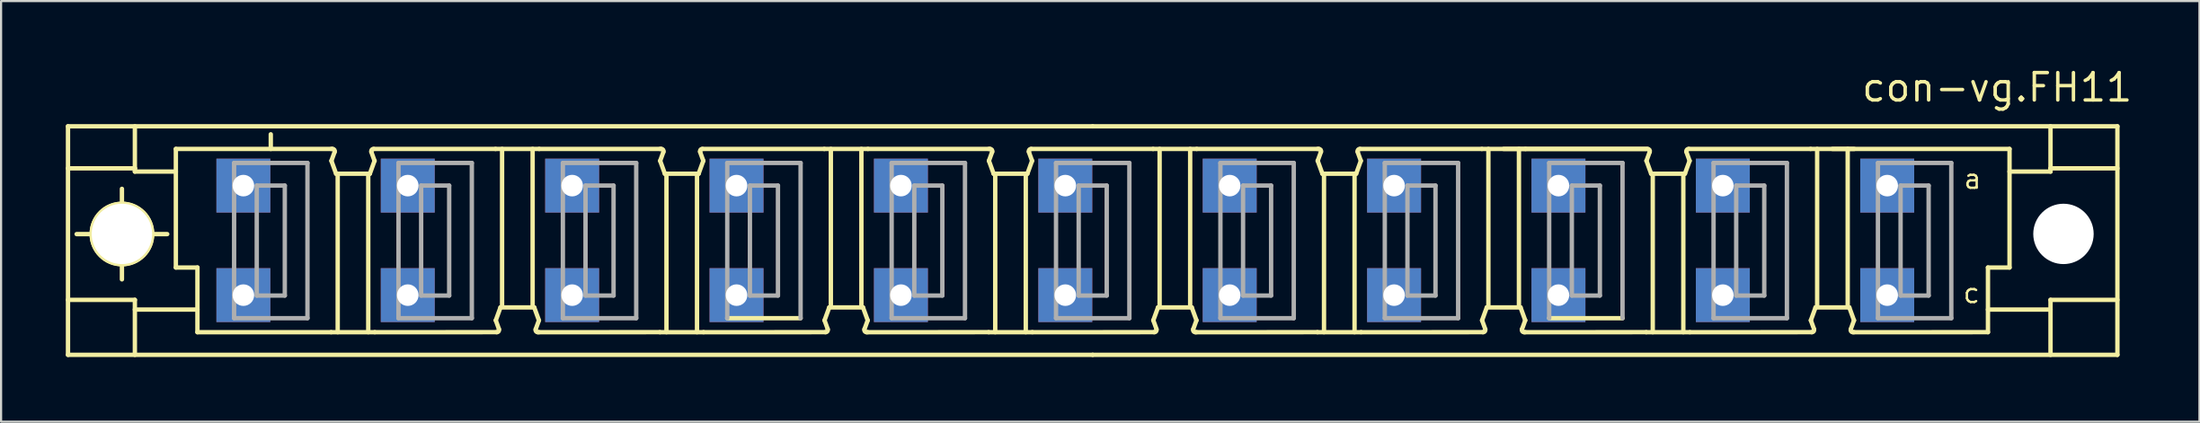
<source format=kicad_pcb>
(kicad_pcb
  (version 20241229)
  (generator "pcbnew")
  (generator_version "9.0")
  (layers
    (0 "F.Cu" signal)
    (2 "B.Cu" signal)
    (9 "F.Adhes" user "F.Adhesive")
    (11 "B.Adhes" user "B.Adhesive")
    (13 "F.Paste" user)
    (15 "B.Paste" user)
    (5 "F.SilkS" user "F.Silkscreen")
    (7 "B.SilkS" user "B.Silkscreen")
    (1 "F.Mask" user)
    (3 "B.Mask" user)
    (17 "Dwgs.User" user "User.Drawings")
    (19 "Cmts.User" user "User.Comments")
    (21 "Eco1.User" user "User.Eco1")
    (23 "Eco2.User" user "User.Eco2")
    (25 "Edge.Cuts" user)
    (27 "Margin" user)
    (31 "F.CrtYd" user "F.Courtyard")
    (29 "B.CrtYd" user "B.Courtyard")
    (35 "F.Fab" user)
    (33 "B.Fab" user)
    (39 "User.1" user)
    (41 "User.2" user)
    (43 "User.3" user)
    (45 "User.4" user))
  (footprint "con-vg.FH11"
    (layer "F.Cu")
    (at 46.332 8.1)
    (property "Reference" "con-vg.FH11" (at 36.83 -6.35 0) (layer "F.SilkS") (effects (font (size 1.27 1.27) (thickness 0.16)) (justify left bottom)))
    (attr through_hole)
    (fp_line (start -46.23 -5.291) (end -46.23 5.309) (stroke (width 0.203) (type default)) (layer "F.SilkS"))
    (fp_line (start -46.23 -3.341) (end -43.13 -3.341) (stroke (width 0.203) (type default)) (layer "F.SilkS"))
    (fp_line (start -46.23 2.759) (end -43.13 2.759) (stroke (width 0.203) (type default)) (layer "F.SilkS"))
    (fp_line (start -46.23 5.309) (end 1.27 5.309) (stroke (width 0.203) (type default)) (layer "F.SilkS"))
    (fp_line (start -43.73 1.809) (end -43.73 -2.391) (stroke (width 0.203) (type default)) (layer "F.SilkS"))
    (fp_line (start -43.13 -3.341) (end -43.13 -5.291) (stroke (width 0.203) (type default)) (layer "F.SilkS"))
    (fp_line (start -43.13 -3.341) (end -43.13 -3.191) (stroke (width 0.203) (type default)) (layer "F.SilkS"))
    (fp_line (start -43.13 2.759) (end -43.13 5.309) (stroke (width 0.203) (type default)) (layer "F.SilkS"))
    (fp_line (start -41.63 -0.291) (end -45.83 -0.291) (stroke (width 0.203) (type default)) (layer "F.SilkS"))
    (fp_line (start -41.23 -4.241) (end -34.021 -4.241) (stroke (width 0.203) (type default)) (layer "F.SilkS"))
    (fp_line (start -41.23 -3.191) (end -43.13 -3.191) (stroke (width 0.203) (type default)) (layer "F.SilkS"))
    (fp_line (start -41.23 1.259) (end -41.23 -4.241) (stroke (width 0.203) (type default)) (layer "F.SilkS"))
    (fp_line (start -41.23 1.259) (end -40.23 1.259) (stroke (width 0.203) (type default)) (layer "F.SilkS"))
    (fp_line (start -40.23 1.259) (end -40.23 4.259) (stroke (width 0.203) (type default)) (layer "F.SilkS"))
    (fp_line (start -40.23 3.209) (end -43.13 3.209) (stroke (width 0.203) (type default)) (layer "F.SilkS"))
    (fp_line (start -40.23 4.259) (end -34.031 4.259) (stroke (width 0.203) (type default)) (layer "F.SilkS"))
    (fp_line (start -36.83 -4.921) (end -36.83 -4.241) (stroke (width 0.203) (type default)) (layer "F.SilkS"))
    (fp_line (start -34.031 4.259) (end -32.009 4.259) (stroke (width 0.203) (type default)) (layer "F.SilkS"))
    (fp_line (start -34.02 -3.691) (end -33.869 -4.107) (stroke (width 0.203) (type default)) (layer "F.SilkS"))
    (fp_line (start -34.02 -3.691) (end -33.802 -3.091) (stroke (width 0.203) (type default)) (layer "F.SilkS"))
    (fp_line (start -33.963 -4.241) (end -34.021 -4.241) (stroke (width 0.203) (type default)) (layer "F.SilkS"))
    (fp_line (start -33.802 -3.091) (end -32.238 -3.091) (stroke (width 0.203) (type default)) (layer "F.SilkS"))
    (fp_line (start -33.728 -3.041) (end -33.728 4.259) (stroke (width 0.203) (type default)) (layer "F.SilkS"))
    (fp_line (start -32.312 4.259) (end -32.312 -3.041) (stroke (width 0.203) (type default)) (layer "F.SilkS"))
    (fp_line (start -32.238 -3.091) (end -32.02 -3.691) (stroke (width 0.203) (type default)) (layer "F.SilkS"))
    (fp_line (start -32.059 -4.241) (end -26.411 -4.241) (stroke (width 0.203) (type default)) (layer "F.SilkS"))
    (fp_line (start -32.02 -3.691) (end -32.171 -4.107) (stroke (width 0.203) (type default)) (layer "F.SilkS"))
    (fp_line (start -32.009 4.259) (end -26.361 4.258) (stroke (width 0.203) (type default)) (layer "F.SilkS"))
    (fp_line (start -26.4 3.709) (end -26.249 4.125) (stroke (width 0.203) (type default)) (layer "F.SilkS"))
    (fp_line (start -26.182 3.109) (end -26.4 3.709) (stroke (width 0.203) (type default)) (layer "F.SilkS"))
    (fp_line (start -26.108 -4.241) (end -26.108 3.059) (stroke (width 0.203) (type default)) (layer "F.SilkS"))
    (fp_line (start -24.692 3.059) (end -24.692 -4.241) (stroke (width 0.203) (type default)) (layer "F.SilkS"))
    (fp_line (start -24.618 3.109) (end -26.182 3.109) (stroke (width 0.203) (type default)) (layer "F.SilkS"))
    (fp_line (start -24.457 4.259) (end -24.399 4.259) (stroke (width 0.203) (type default)) (layer "F.SilkS"))
    (fp_line (start -24.4 3.709) (end -24.618 3.109) (stroke (width 0.203) (type default)) (layer "F.SilkS"))
    (fp_line (start -24.4 3.709) (end -24.551 4.125) (stroke (width 0.203) (type default)) (layer "F.SilkS"))
    (fp_line (start -24.399 4.259) (end -18.791 4.258) (stroke (width 0.203) (type default)) (layer "F.SilkS"))
    (fp_line (start -24.389 -4.241) (end -26.411 -4.241) (stroke (width 0.203) (type default)) (layer "F.SilkS"))
    (fp_line (start -24.389 -4.241) (end -18.781 -4.241) (stroke (width 0.203) (type default)) (layer "F.SilkS"))
    (fp_line (start -18.791 4.259) (end -16.769 4.259) (stroke (width 0.203) (type default)) (layer "F.SilkS"))
    (fp_line (start -18.78 -3.691) (end -18.629 -4.107) (stroke (width 0.203) (type default)) (layer "F.SilkS"))
    (fp_line (start -18.78 -3.691) (end -18.562 -3.091) (stroke (width 0.203) (type default)) (layer "F.SilkS"))
    (fp_line (start -18.723 -4.241) (end -18.781 -4.241) (stroke (width 0.203) (type default)) (layer "F.SilkS"))
    (fp_line (start -18.562 -3.091) (end -16.998 -3.091) (stroke (width 0.203) (type default)) (layer "F.SilkS"))
    (fp_line (start -18.488 -3.041) (end -18.488 4.259) (stroke (width 0.203) (type default)) (layer "F.SilkS"))
    (fp_line (start -17.072 4.259) (end -17.072 -3.041) (stroke (width 0.203) (type default)) (layer "F.SilkS"))
    (fp_line (start -16.998 -3.091) (end -16.78 -3.691) (stroke (width 0.203) (type default)) (layer "F.SilkS"))
    (fp_line (start -16.819 -4.241) (end -11.171 -4.241) (stroke (width 0.203) (type default)) (layer "F.SilkS"))
    (fp_line (start -16.78 -3.691) (end -16.931 -4.107) (stroke (width 0.203) (type default)) (layer "F.SilkS"))
    (fp_line (start -16.769 4.259) (end -11.121 4.258) (stroke (width 0.203) (type default)) (layer "F.SilkS"))
    (fp_line (start -15.67 3.609) (end -12.27 3.609) (stroke (width 0.203) (type default)) (layer "F.SilkS"))
    (fp_line (start -11.16 3.709) (end -11.009 4.125) (stroke (width 0.203) (type default)) (layer "F.SilkS"))
    (fp_line (start -10.942 3.109) (end -11.16 3.709) (stroke (width 0.203) (type default)) (layer "F.SilkS"))
    (fp_line (start -10.868 -4.241) (end -10.868 3.059) (stroke (width 0.203) (type default)) (layer "F.SilkS"))
    (fp_line (start -9.452 3.059) (end -9.452 -4.241) (stroke (width 0.203) (type default)) (layer "F.SilkS"))
    (fp_line (start -9.378 3.109) (end -10.942 3.109) (stroke (width 0.203) (type default)) (layer "F.SilkS"))
    (fp_line (start -9.217 4.259) (end -9.159 4.259) (stroke (width 0.203) (type default)) (layer "F.SilkS"))
    (fp_line (start -9.16 3.709) (end -9.378 3.109) (stroke (width 0.203) (type default)) (layer "F.SilkS"))
    (fp_line (start -9.16 3.709) (end -9.311 4.125) (stroke (width 0.203) (type default)) (layer "F.SilkS"))
    (fp_line (start -9.159 4.259) (end -3.551 4.258) (stroke (width 0.203) (type default)) (layer "F.SilkS"))
    (fp_line (start -9.149 -4.241) (end -11.171 -4.241) (stroke (width 0.203) (type default)) (layer "F.SilkS"))
    (fp_line (start -9.149 -4.241) (end -3.541 -4.241) (stroke (width 0.203) (type default)) (layer "F.SilkS"))
    (fp_line (start -3.551 4.259) (end -1.529 4.259) (stroke (width 0.203) (type default)) (layer "F.SilkS"))
    (fp_line (start -3.54 -3.691) (end -3.389 -4.107) (stroke (width 0.203) (type default)) (layer "F.SilkS"))
    (fp_line (start -3.54 -3.691) (end -3.322 -3.091) (stroke (width 0.203) (type default)) (layer "F.SilkS"))
    (fp_line (start -3.483 -4.241) (end -3.541 -4.241) (stroke (width 0.203) (type default)) (layer "F.SilkS"))
    (fp_line (start -3.322 -3.091) (end -1.758 -3.091) (stroke (width 0.203) (type default)) (layer "F.SilkS"))
    (fp_line (start -3.248 -3.041) (end -3.248 4.259) (stroke (width 0.203) (type default)) (layer "F.SilkS"))
    (fp_line (start -1.832 4.259) (end -1.832 -3.041) (stroke (width 0.203) (type default)) (layer "F.SilkS"))
    (fp_line (start -1.758 -3.091) (end -1.54 -3.691) (stroke (width 0.203) (type default)) (layer "F.SilkS"))
    (fp_line (start -1.579 -4.241) (end 4.069 -4.241) (stroke (width 0.203) (type default)) (layer "F.SilkS"))
    (fp_line (start -1.54 -3.691) (end -1.691 -4.107) (stroke (width 0.203) (type default)) (layer "F.SilkS"))
    (fp_line (start -1.529 4.259) (end 4.119 4.258) (stroke (width 0.203) (type default)) (layer "F.SilkS"))
    (fp_line (start 1.27 -5.291) (end -46.23 -5.291) (stroke (width 0.203) (type default)) (layer "F.SilkS"))
    (fp_line (start 1.27 5.309) (end 48.77 5.309) (stroke (width 0.203) (type default)) (layer "F.SilkS"))
    (fp_line (start 4.08 3.709) (end 4.231 4.125) (stroke (width 0.203) (type default)) (layer "F.SilkS"))
    (fp_line (start 4.298 3.109) (end 4.08 3.709) (stroke (width 0.203) (type default)) (layer "F.SilkS"))
    (fp_line (start 4.372 -4.241) (end 4.372 3.059) (stroke (width 0.203) (type default)) (layer "F.SilkS"))
    (fp_line (start 5.788 3.059) (end 5.788 -4.241) (stroke (width 0.203) (type default)) (layer "F.SilkS"))
    (fp_line (start 5.862 3.109) (end 4.298 3.109) (stroke (width 0.203) (type default)) (layer "F.SilkS"))
    (fp_line (start 6.023 4.259) (end 6.081 4.259) (stroke (width 0.203) (type default)) (layer "F.SilkS"))
    (fp_line (start 6.08 3.709) (end 5.862 3.109) (stroke (width 0.203) (type default)) (layer "F.SilkS"))
    (fp_line (start 6.08 3.709) (end 5.929 4.125) (stroke (width 0.203) (type default)) (layer "F.SilkS"))
    (fp_line (start 6.081 4.259) (end 11.689 4.258) (stroke (width 0.203) (type default)) (layer "F.SilkS"))
    (fp_line (start 6.091 -4.241) (end 4.069 -4.241) (stroke (width 0.203) (type default)) (layer "F.SilkS"))
    (fp_line (start 6.091 -4.241) (end 11.699 -4.241) (stroke (width 0.203) (type default)) (layer "F.SilkS"))
    (fp_line (start 11.689 4.259) (end 13.711 4.259) (stroke (width 0.203) (type default)) (layer "F.SilkS"))
    (fp_line (start 11.7 -3.691) (end 11.851 -4.107) (stroke (width 0.203) (type default)) (layer "F.SilkS"))
    (fp_line (start 11.7 -3.691) (end 11.918 -3.091) (stroke (width 0.203) (type default)) (layer "F.SilkS"))
    (fp_line (start 11.757 -4.241) (end 11.699 -4.241) (stroke (width 0.203) (type default)) (layer "F.SilkS"))
    (fp_line (start 11.918 -3.091) (end 13.482 -3.091) (stroke (width 0.203) (type default)) (layer "F.SilkS"))
    (fp_line (start 11.992 -3.041) (end 11.992 4.259) (stroke (width 0.203) (type default)) (layer "F.SilkS"))
    (fp_line (start 13.408 4.259) (end 13.408 -3.041) (stroke (width 0.203) (type default)) (layer "F.SilkS"))
    (fp_line (start 13.482 -3.091) (end 13.7 -3.691) (stroke (width 0.203) (type default)) (layer "F.SilkS"))
    (fp_line (start 13.661 -4.241) (end 19.309 -4.241) (stroke (width 0.203) (type default)) (layer "F.SilkS"))
    (fp_line (start 13.7 -3.691) (end 13.549 -4.107) (stroke (width 0.203) (type default)) (layer "F.SilkS"))
    (fp_line (start 13.711 4.259) (end 19.359 4.258) (stroke (width 0.203) (type default)) (layer "F.SilkS"))
    (fp_line (start 19.32 3.709) (end 19.471 4.125) (stroke (width 0.203) (type default)) (layer "F.SilkS"))
    (fp_line (start 19.538 3.109) (end 19.32 3.709) (stroke (width 0.203) (type default)) (layer "F.SilkS"))
    (fp_line (start 19.612 -4.241) (end 19.612 3.059) (stroke (width 0.203) (type default)) (layer "F.SilkS"))
    (fp_line (start 21.028 3.059) (end 21.028 -4.241) (stroke (width 0.203) (type default)) (layer "F.SilkS"))
    (fp_line (start 21.102 3.109) (end 19.538 3.109) (stroke (width 0.203) (type default)) (layer "F.SilkS"))
    (fp_line (start 21.263 4.259) (end 21.321 4.259) (stroke (width 0.203) (type default)) (layer "F.SilkS"))
    (fp_line (start 21.32 3.709) (end 21.102 3.109) (stroke (width 0.203) (type default)) (layer "F.SilkS"))
    (fp_line (start 21.32 3.709) (end 21.169 4.125) (stroke (width 0.203) (type default)) (layer "F.SilkS"))
    (fp_line (start 21.321 4.259) (end 26.929 4.258) (stroke (width 0.203) (type default)) (layer "F.SilkS"))
    (fp_line (start 21.331 -4.241) (end 19.309 -4.241) (stroke (width 0.203) (type default)) (layer "F.SilkS"))
    (fp_line (start 21.331 -4.241) (end 26.929 -4.241) (stroke (width 0.203) (type default)) (layer "F.SilkS"))
    (fp_line (start 22.43 3.609) (end 25.83 3.609) (stroke (width 0.203) (type default)) (layer "F.SilkS"))
    (fp_line (start 26.929 4.259) (end 28.951 4.259) (stroke (width 0.203) (type default)) (layer "F.SilkS"))
    (fp_line (start 26.94 -3.691) (end 27.091 -4.107) (stroke (width 0.203) (type default)) (layer "F.SilkS"))
    (fp_line (start 26.94 -3.691) (end 27.158 -3.091) (stroke (width 0.203) (type default)) (layer "F.SilkS"))
    (fp_line (start 26.997 -4.241) (end 20.32 -4.241) (stroke (width 0.203) (type default)) (layer "F.SilkS"))
    (fp_line (start 27.158 -3.091) (end 28.722 -3.091) (stroke (width 0.203) (type default)) (layer "F.SilkS"))
    (fp_line (start 27.232 -3.041) (end 27.232 4.259) (stroke (width 0.203) (type default)) (layer "F.SilkS"))
    (fp_line (start 28.648 4.259) (end 28.648 -3.041) (stroke (width 0.203) (type default)) (layer "F.SilkS"))
    (fp_line (start 28.722 -3.091) (end 28.94 -3.691) (stroke (width 0.203) (type default)) (layer "F.SilkS"))
    (fp_line (start 28.901 -4.241) (end 34.549 -4.241) (stroke (width 0.203) (type default)) (layer "F.SilkS"))
    (fp_line (start 28.94 -3.691) (end 28.789 -4.107) (stroke (width 0.203) (type default)) (layer "F.SilkS"))
    (fp_line (start 28.951 4.259) (end 34.599 4.258) (stroke (width 0.203) (type default)) (layer "F.SilkS"))
    (fp_line (start 34.56 3.709) (end 34.711 4.125) (stroke (width 0.203) (type default)) (layer "F.SilkS"))
    (fp_line (start 34.778 3.109) (end 34.56 3.709) (stroke (width 0.203) (type default)) (layer "F.SilkS"))
    (fp_line (start 34.852 -4.241) (end 34.852 3.059) (stroke (width 0.203) (type default)) (layer "F.SilkS"))
    (fp_line (start 36.268 3.059) (end 36.268 -4.241) (stroke (width 0.203) (type default)) (layer "F.SilkS"))
    (fp_line (start 36.342 3.109) (end 34.778 3.109) (stroke (width 0.203) (type default)) (layer "F.SilkS"))
    (fp_line (start 36.503 4.259) (end 36.561 4.259) (stroke (width 0.203) (type default)) (layer "F.SilkS"))
    (fp_line (start 36.56 3.709) (end 36.342 3.109) (stroke (width 0.203) (type default)) (layer "F.SilkS"))
    (fp_line (start 36.56 3.709) (end 36.409 4.125) (stroke (width 0.203) (type default)) (layer "F.SilkS"))
    (fp_line (start 36.561 4.259) (end 42.77 4.258) (stroke (width 0.203) (type default)) (layer "F.SilkS"))
    (fp_line (start 36.571 -4.241) (end 34.549 -4.241) (stroke (width 0.203) (type default)) (layer "F.SilkS"))
    (fp_line (start 42.77 1.259) (end 43.77 1.259) (stroke (width 0.203) (type default)) (layer "F.SilkS"))
    (fp_line (start 42.77 3.209) (end 45.67 3.209) (stroke (width 0.203) (type default)) (layer "F.SilkS"))
    (fp_line (start 42.77 4.258) (end 42.77 1.259) (stroke (width 0.203) (type default)) (layer "F.SilkS"))
    (fp_line (start 43.77 -4.241) (end 35.56 -4.241) (stroke (width 0.203) (type default)) (layer "F.SilkS"))
    (fp_line (start 43.77 -3.191) (end 45.67 -3.191) (stroke (width 0.203) (type default)) (layer "F.SilkS"))
    (fp_line (start 43.77 1.259) (end 43.77 -4.241) (stroke (width 0.203) (type default)) (layer "F.SilkS"))
    (fp_line (start 45.67 -3.341) (end 45.67 -5.291) (stroke (width 0.203) (type default)) (layer "F.SilkS"))
    (fp_line (start 45.67 -3.341) (end 45.67 -3.191) (stroke (width 0.203) (type default)) (layer "F.SilkS"))
    (fp_line (start 45.67 2.759) (end 45.67 5.309) (stroke (width 0.203) (type default)) (layer "F.SilkS"))
    (fp_line (start 48.77 -5.291) (end 1.27 -5.291) (stroke (width 0.203) (type default)) (layer "F.SilkS"))
    (fp_line (start 48.77 -3.341) (end 45.67 -3.341) (stroke (width 0.203) (type default)) (layer "F.SilkS"))
    (fp_line (start 48.77 2.759) (end 45.67 2.759) (stroke (width 0.203) (type default)) (layer "F.SilkS"))
    (fp_line (start 48.77 5.309) (end 48.77 -5.291) (stroke (width 0.203) (type default)) (layer "F.SilkS"))
    (fp_arc (start -33.9626 -4.2412) (mid -33.880677 -4.198562) (end -33.8686 -4.107) (stroke (width 0.2032) (type default)) (layer "F.SilkS"))
    (fp_arc (start -32.1632 -4.107) (mid -32.148096 -4.202683) (end -32.059 -4.2407) (stroke (width 0.2032) (type default)) (layer "F.SilkS"))
    (fp_arc (start -26.2568 4.1246) (mid -26.271904 4.220283) (end -26.361 4.2583) (stroke (width 0.2032) (type default)) (layer "F.SilkS"))
    (fp_arc (start -24.4573 4.2589) (mid -24.539307 4.216252) (end -24.5513 4.1246) (stroke (width 0.2032) (type default)) (layer "F.SilkS"))
    (fp_arc (start -18.7226 -4.2412) (mid -18.640677 -4.198562) (end -18.6286 -4.107) (stroke (width 0.2032) (type default)) (layer "F.SilkS"))
    (fp_arc (start -16.9232 -4.107) (mid -16.908096 -4.202683) (end -16.819 -4.2407) (stroke (width 0.2032) (type default)) (layer "F.SilkS"))
    (fp_arc (start -11.0168 4.1246) (mid -11.031904 4.220283) (end -11.121 4.2583) (stroke (width 0.2032) (type default)) (layer "F.SilkS"))
    (fp_arc (start -9.2173 4.2589) (mid -9.299307 4.216252) (end -9.3113 4.1246) (stroke (width 0.2032) (type default)) (layer "F.SilkS"))
    (fp_arc (start -3.4826 -4.2412) (mid -3.400677 -4.198562) (end -3.3886 -4.107) (stroke (width 0.2032) (type default)) (layer "F.SilkS"))
    (fp_arc (start -1.6832 -4.107) (mid -1.668096 -4.202683) (end -1.579 -4.2407) (stroke (width 0.2032) (type default)) (layer "F.SilkS"))
    (fp_arc (start 4.2231 4.1246) (mid 4.208022 4.220237) (end 4.119 4.2583) (stroke (width 0.2032) (type default)) (layer "F.SilkS"))
    (fp_arc (start 6.0227 4.2588) (mid 5.940777 4.216162) (end 5.9287 4.1246) (stroke (width 0.2032) (type default)) (layer "F.SilkS"))
    (fp_arc (start 11.7573 -4.2412) (mid 11.839295 -4.198603) (end 11.8514 -4.107) (stroke (width 0.2032) (type default)) (layer "F.SilkS"))
    (fp_arc (start 13.5568 -4.107) (mid 13.571904 -4.202683) (end 13.661 -4.2407) (stroke (width 0.2032) (type default)) (layer "F.SilkS"))
    (fp_arc (start 19.4631 4.1246) (mid 19.448022 4.220237) (end 19.359 4.2583) (stroke (width 0.2032) (type default)) (layer "F.SilkS"))
    (fp_arc (start 21.2627 4.2588) (mid 21.180777 4.216162) (end 21.1687 4.1246) (stroke (width 0.2032) (type default)) (layer "F.SilkS"))
    (fp_arc (start 26.9974 -4.2412) (mid 27.079323 -4.198562) (end 27.0914 -4.107) (stroke (width 0.2032) (type default)) (layer "F.SilkS"))
    (fp_arc (start 28.7968 -4.107) (mid 28.811904 -4.202683) (end 28.901 -4.2407) (stroke (width 0.2032) (type default)) (layer "F.SilkS"))
    (fp_arc (start 34.7031 4.1246) (mid 34.688022 4.220237) (end 34.599 4.2583) (stroke (width 0.2032) (type default)) (layer "F.SilkS"))
    (fp_arc (start 36.5027 4.2588) (mid 36.420777 4.216162) (end 36.4087 4.1246) (stroke (width 0.2032) (type default)) (layer "F.SilkS"))
    (fp_circle (center -43.73 -0.3) (end -42.33 -0.3) (stroke (width 0.203) (type default)) (fill no) (layer "F.SilkS"))
    (fp_circle (center -43.73 -0.291) (end -42.33 -0.291) (stroke (width 0.203) (type default)) (fill no) (layer "F.SilkS"))
    (fp_line (start -38.53 -3.591) (end -38.53 3.609) (stroke (width 0.203) (type default)) (layer "F.Fab"))
    (fp_line (start -38.53 3.609) (end -35.13 3.609) (stroke (width 0.203) (type default)) (layer "F.Fab"))
    (fp_line (start -37.48 -2.541) (end -37.48 2.559) (stroke (width 0.203) (type default)) (layer "F.Fab"))
    (fp_line (start -37.48 2.559) (end -36.18 2.559) (stroke (width 0.203) (type default)) (layer "F.Fab"))
    (fp_line (start -36.18 -2.541) (end -37.48 -2.541) (stroke (width 0.203) (type default)) (layer "F.Fab"))
    (fp_line (start -36.18 2.559) (end -36.18 -2.541) (stroke (width 0.203) (type default)) (layer "F.Fab"))
    (fp_line (start -35.13 -3.591) (end -38.53 -3.591) (stroke (width 0.203) (type default)) (layer "F.Fab"))
    (fp_line (start -35.13 3.609) (end -35.13 -3.591) (stroke (width 0.203) (type default)) (layer "F.Fab"))
    (fp_line (start -30.91 -3.591) (end -30.91 3.609) (stroke (width 0.203) (type default)) (layer "F.Fab"))
    (fp_line (start -30.91 3.609) (end -27.51 3.609) (stroke (width 0.203) (type default)) (layer "F.Fab"))
    (fp_line (start -29.86 -2.541) (end -29.86 2.559) (stroke (width 0.203) (type default)) (layer "F.Fab"))
    (fp_line (start -29.86 2.559) (end -28.56 2.559) (stroke (width 0.203) (type default)) (layer "F.Fab"))
    (fp_line (start -28.56 -2.541) (end -29.86 -2.541) (stroke (width 0.203) (type default)) (layer "F.Fab"))
    (fp_line (start -28.56 2.559) (end -28.56 -2.541) (stroke (width 0.203) (type default)) (layer "F.Fab"))
    (fp_line (start -27.51 -3.591) (end -30.91 -3.591) (stroke (width 0.203) (type default)) (layer "F.Fab"))
    (fp_line (start -27.51 3.609) (end -27.51 -3.591) (stroke (width 0.203) (type default)) (layer "F.Fab"))
    (fp_line (start -23.29 -3.591) (end -23.29 3.609) (stroke (width 0.203) (type default)) (layer "F.Fab"))
    (fp_line (start -23.29 3.609) (end -19.89 3.609) (stroke (width 0.203) (type default)) (layer "F.Fab"))
    (fp_line (start -22.24 -2.541) (end -22.24 2.559) (stroke (width 0.203) (type default)) (layer "F.Fab"))
    (fp_line (start -22.24 2.559) (end -20.94 2.559) (stroke (width 0.203) (type default)) (layer "F.Fab"))
    (fp_line (start -20.94 -2.541) (end -22.24 -2.541) (stroke (width 0.203) (type default)) (layer "F.Fab"))
    (fp_line (start -20.94 2.559) (end -20.94 -2.541) (stroke (width 0.203) (type default)) (layer "F.Fab"))
    (fp_line (start -19.89 -3.591) (end -23.29 -3.591) (stroke (width 0.203) (type default)) (layer "F.Fab"))
    (fp_line (start -19.89 3.609) (end -19.89 -3.591) (stroke (width 0.203) (type default)) (layer "F.Fab"))
    (fp_line (start -15.67 -3.591) (end -15.67 3.609) (stroke (width 0.203) (type default)) (layer "F.Fab"))
    (fp_line (start -14.62 -2.541) (end -14.62 2.559) (stroke (width 0.203) (type default)) (layer "F.Fab"))
    (fp_line (start -14.62 2.559) (end -13.32 2.559) (stroke (width 0.203) (type default)) (layer "F.Fab"))
    (fp_line (start -13.32 -2.541) (end -14.62 -2.541) (stroke (width 0.203) (type default)) (layer "F.Fab"))
    (fp_line (start -13.32 2.559) (end -13.32 -2.541) (stroke (width 0.203) (type default)) (layer "F.Fab"))
    (fp_line (start -12.27 -3.591) (end -15.67 -3.591) (stroke (width 0.203) (type default)) (layer "F.Fab"))
    (fp_line (start -12.27 3.609) (end -12.27 -3.591) (stroke (width 0.203) (type default)) (layer "F.Fab"))
    (fp_line (start -8.05 -3.591) (end -8.05 3.609) (stroke (width 0.203) (type default)) (layer "F.Fab"))
    (fp_line (start -8.05 3.609) (end -4.65 3.609) (stroke (width 0.203) (type default)) (layer "F.Fab"))
    (fp_line (start -7 -2.541) (end -7 2.559) (stroke (width 0.203) (type default)) (layer "F.Fab"))
    (fp_line (start -7 2.559) (end -5.7 2.559) (stroke (width 0.203) (type default)) (layer "F.Fab"))
    (fp_line (start -5.7 -2.541) (end -7 -2.541) (stroke (width 0.203) (type default)) (layer "F.Fab"))
    (fp_line (start -5.7 2.559) (end -5.7 -2.541) (stroke (width 0.203) (type default)) (layer "F.Fab"))
    (fp_line (start -4.65 -3.591) (end -8.05 -3.591) (stroke (width 0.203) (type default)) (layer "F.Fab"))
    (fp_line (start -4.65 3.609) (end -4.65 -3.591) (stroke (width 0.203) (type default)) (layer "F.Fab"))
    (fp_line (start -0.43 -3.591) (end -0.43 3.609) (stroke (width 0.203) (type default)) (layer "F.Fab"))
    (fp_line (start -0.43 3.609) (end 2.97 3.609) (stroke (width 0.203) (type default)) (layer "F.Fab"))
    (fp_line (start 0.62 -2.541) (end 0.62 2.559) (stroke (width 0.203) (type default)) (layer "F.Fab"))
    (fp_line (start 0.62 2.559) (end 1.92 2.559) (stroke (width 0.203) (type default)) (layer "F.Fab"))
    (fp_line (start 1.92 -2.541) (end 0.62 -2.541) (stroke (width 0.203) (type default)) (layer "F.Fab"))
    (fp_line (start 1.92 2.559) (end 1.92 -2.541) (stroke (width 0.203) (type default)) (layer "F.Fab"))
    (fp_line (start 2.97 -3.591) (end -0.43 -3.591) (stroke (width 0.203) (type default)) (layer "F.Fab"))
    (fp_line (start 2.97 3.609) (end 2.97 -3.591) (stroke (width 0.203) (type default)) (layer "F.Fab"))
    (fp_line (start 7.19 -3.591) (end 7.19 3.609) (stroke (width 0.203) (type default)) (layer "F.Fab"))
    (fp_line (start 7.19 3.609) (end 10.59 3.609) (stroke (width 0.203) (type default)) (layer "F.Fab"))
    (fp_line (start 8.24 -2.541) (end 8.24 2.559) (stroke (width 0.203) (type default)) (layer "F.Fab"))
    (fp_line (start 8.24 2.559) (end 9.54 2.559) (stroke (width 0.203) (type default)) (layer "F.Fab"))
    (fp_line (start 9.54 -2.541) (end 8.24 -2.541) (stroke (width 0.203) (type default)) (layer "F.Fab"))
    (fp_line (start 9.54 2.559) (end 9.54 -2.541) (stroke (width 0.203) (type default)) (layer "F.Fab"))
    (fp_line (start 10.59 -3.591) (end 7.19 -3.591) (stroke (width 0.203) (type default)) (layer "F.Fab"))
    (fp_line (start 10.59 3.609) (end 10.59 -3.591) (stroke (width 0.203) (type default)) (layer "F.Fab"))
    (fp_line (start 14.81 -3.591) (end 14.81 3.609) (stroke (width 0.203) (type default)) (layer "F.Fab"))
    (fp_line (start 14.81 3.609) (end 18.21 3.609) (stroke (width 0.203) (type default)) (layer "F.Fab"))
    (fp_line (start 15.86 -2.541) (end 15.86 2.559) (stroke (width 0.203) (type default)) (layer "F.Fab"))
    (fp_line (start 15.86 2.559) (end 17.16 2.559) (stroke (width 0.203) (type default)) (layer "F.Fab"))
    (fp_line (start 17.16 -2.541) (end 15.86 -2.541) (stroke (width 0.203) (type default)) (layer "F.Fab"))
    (fp_line (start 17.16 2.559) (end 17.16 -2.541) (stroke (width 0.203) (type default)) (layer "F.Fab"))
    (fp_line (start 18.21 -3.591) (end 14.81 -3.591) (stroke (width 0.203) (type default)) (layer "F.Fab"))
    (fp_line (start 18.21 3.609) (end 18.21 -3.591) (stroke (width 0.203) (type default)) (layer "F.Fab"))
    (fp_line (start 22.43 -3.591) (end 22.43 3.609) (stroke (width 0.203) (type default)) (layer "F.Fab"))
    (fp_line (start 23.48 -2.541) (end 23.48 2.559) (stroke (width 0.203) (type default)) (layer "F.Fab"))
    (fp_line (start 23.48 2.559) (end 24.78 2.559) (stroke (width 0.203) (type default)) (layer "F.Fab"))
    (fp_line (start 24.78 -2.541) (end 23.48 -2.541) (stroke (width 0.203) (type default)) (layer "F.Fab"))
    (fp_line (start 24.78 2.559) (end 24.78 -2.541) (stroke (width 0.203) (type default)) (layer "F.Fab"))
    (fp_line (start 25.83 -3.591) (end 22.43 -3.591) (stroke (width 0.203) (type default)) (layer "F.Fab"))
    (fp_line (start 25.83 3.609) (end 25.83 -3.591) (stroke (width 0.203) (type default)) (layer "F.Fab"))
    (fp_line (start 30.05 -3.591) (end 30.05 3.609) (stroke (width 0.203) (type default)) (layer "F.Fab"))
    (fp_line (start 30.05 3.609) (end 33.45 3.609) (stroke (width 0.203) (type default)) (layer "F.Fab"))
    (fp_line (start 31.1 -2.541) (end 31.1 2.559) (stroke (width 0.203) (type default)) (layer "F.Fab"))
    (fp_line (start 31.1 2.559) (end 32.4 2.559) (stroke (width 0.203) (type default)) (layer "F.Fab"))
    (fp_line (start 32.4 -2.541) (end 31.1 -2.541) (stroke (width 0.203) (type default)) (layer "F.Fab"))
    (fp_line (start 32.4 2.559) (end 32.4 -2.541) (stroke (width 0.203) (type default)) (layer "F.Fab"))
    (fp_line (start 33.45 -3.591) (end 30.05 -3.591) (stroke (width 0.203) (type default)) (layer "F.Fab"))
    (fp_line (start 33.45 3.609) (end 33.45 -3.591) (stroke (width 0.203) (type default)) (layer "F.Fab"))
    (fp_line (start 37.67 -3.591) (end 37.67 3.609) (stroke (width 0.203) (type default)) (layer "F.Fab"))
    (fp_line (start 37.67 3.609) (end 41.07 3.609) (stroke (width 0.203) (type default)) (layer "F.Fab"))
    (fp_line (start 38.72 -2.541) (end 38.72 2.559) (stroke (width 0.203) (type default)) (layer "F.Fab"))
    (fp_line (start 38.72 2.559) (end 40.02 2.559) (stroke (width 0.203) (type default)) (layer "F.Fab"))
    (fp_line (start 40.02 -2.541) (end 38.72 -2.541) (stroke (width 0.203) (type default)) (layer "F.Fab"))
    (fp_line (start 40.02 2.559) (end 40.02 -2.541) (stroke (width 0.203) (type default)) (layer "F.Fab"))
    (fp_line (start 41.07 -3.591) (end 37.67 -3.591) (stroke (width 0.203) (type default)) (layer "F.Fab"))
    (fp_line (start 41.07 3.609) (end 41.07 -3.591) (stroke (width 0.203) (type default)) (layer "F.Fab"))
    (fp_text user "c " (at 41.55 2.975 0) (layer "F.SilkS") (effects (font (size 0.9 0.9) (thickness 0.11)) (justify left bottom)))
    (fp_text user "a " (at 41.575 -2.325 0) (layer "F.SilkS") (effects (font (size 0.9 0.9) (thickness 0.11)) (justify left bottom)))
    (pad "" np_thru_hole circle (at -43.73 -0.3) (size 2.8 2.8) (drill 2.8) (layers "*.Cu" "*.Mask"))
    (pad "" np_thru_hole circle (at 46.27 -0.3) (size 2.8 2.8) (drill 2.8) (layers "*.Cu" "*.Mask"))
    (pad "A2" thru_hole rect (at 38.1 2.54) (size 2.5 2.5) (drill 1) (layers "*.Cu" "*.Mask"))
    (pad "A5" thru_hole rect (at 30.48 2.54) (size 2.5 2.5) (drill 1) (layers "*.Cu" "*.Mask"))
    (pad "A8" thru_hole rect (at 22.86 2.54) (size 2.5 2.5) (drill 1) (layers "*.Cu" "*.Mask"))
    (pad "A11" thru_hole rect (at 15.24 2.54) (size 2.5 2.5) (drill 1) (layers "*.Cu" "*.Mask"))
    (pad "A14" thru_hole rect (at 7.62 2.54) (size 2.5 2.5) (drill 1) (layers "*.Cu" "*.Mask"))
    (pad "A17" thru_hole rect (at 0 2.54) (size 2.5 2.5) (drill 1) (layers "*.Cu" "*.Mask"))
    (pad "A20" thru_hole rect (at -7.62 2.54) (size 2.5 2.5) (drill 1) (layers "*.Cu" "*.Mask"))
    (pad "A23" thru_hole rect (at -15.24 2.54) (size 2.5 2.5) (drill 1) (layers "*.Cu" "*.Mask"))
    (pad "A26" thru_hole rect (at -22.86 2.54) (size 2.5 2.5) (drill 1) (layers "*.Cu" "*.Mask"))
    (pad "A29" thru_hole rect (at -30.48 2.54) (size 2.5 2.5) (drill 1) (layers "*.Cu" "*.Mask"))
    (pad "A32" thru_hole rect (at -38.1 2.54) (size 2.5 2.5) (drill 1) (layers "*.Cu" "*.Mask"))
    (pad "B2" thru_hole rect (at 38.1 -2.54) (size 2.5 2.5) (drill 1) (layers "*.Cu" "*.Mask"))
    (pad "B5" thru_hole rect (at 30.48 -2.54) (size 2.5 2.5) (drill 1) (layers "*.Cu" "*.Mask"))
    (pad "B8" thru_hole rect (at 22.86 -2.54) (size 2.5 2.5) (drill 1) (layers "*.Cu" "*.Mask"))
    (pad "B11" thru_hole rect (at 15.24 -2.54) (size 2.5 2.5) (drill 1) (layers "*.Cu" "*.Mask"))
    (pad "B14" thru_hole rect (at 7.62 -2.54) (size 2.5 2.5) (drill 1) (layers "*.Cu" "*.Mask"))
    (pad "B17" thru_hole rect (at 0 -2.54) (size 2.5 2.5) (drill 1) (layers "*.Cu" "*.Mask"))
    (pad "B20" thru_hole rect (at -7.62 -2.54) (size 2.5 2.5) (drill 1) (layers "*.Cu" "*.Mask"))
    (pad "B23" thru_hole rect (at -15.24 -2.54) (size 2.5 2.5) (drill 1) (layers "*.Cu" "*.Mask"))
    (pad "B26" thru_hole rect (at -22.86 -2.54) (size 2.5 2.5) (drill 1) (layers "*.Cu" "*.Mask"))
    (pad "B29" thru_hole rect (at -30.48 -2.54) (size 2.5 2.5) (drill 1) (layers "*.Cu" "*.Mask"))
    (pad "B32" thru_hole rect (at -38.1 -2.54) (size 2.5 2.5) (drill 1) (layers "*.Cu" "*.Mask")))
  (gr_rect
    (start -3 -3)
    (end 98.906 16.51)
    (stroke (width 0.1) (type default))
    (fill no)
    (layer "Edge.Cuts")))
</source>
